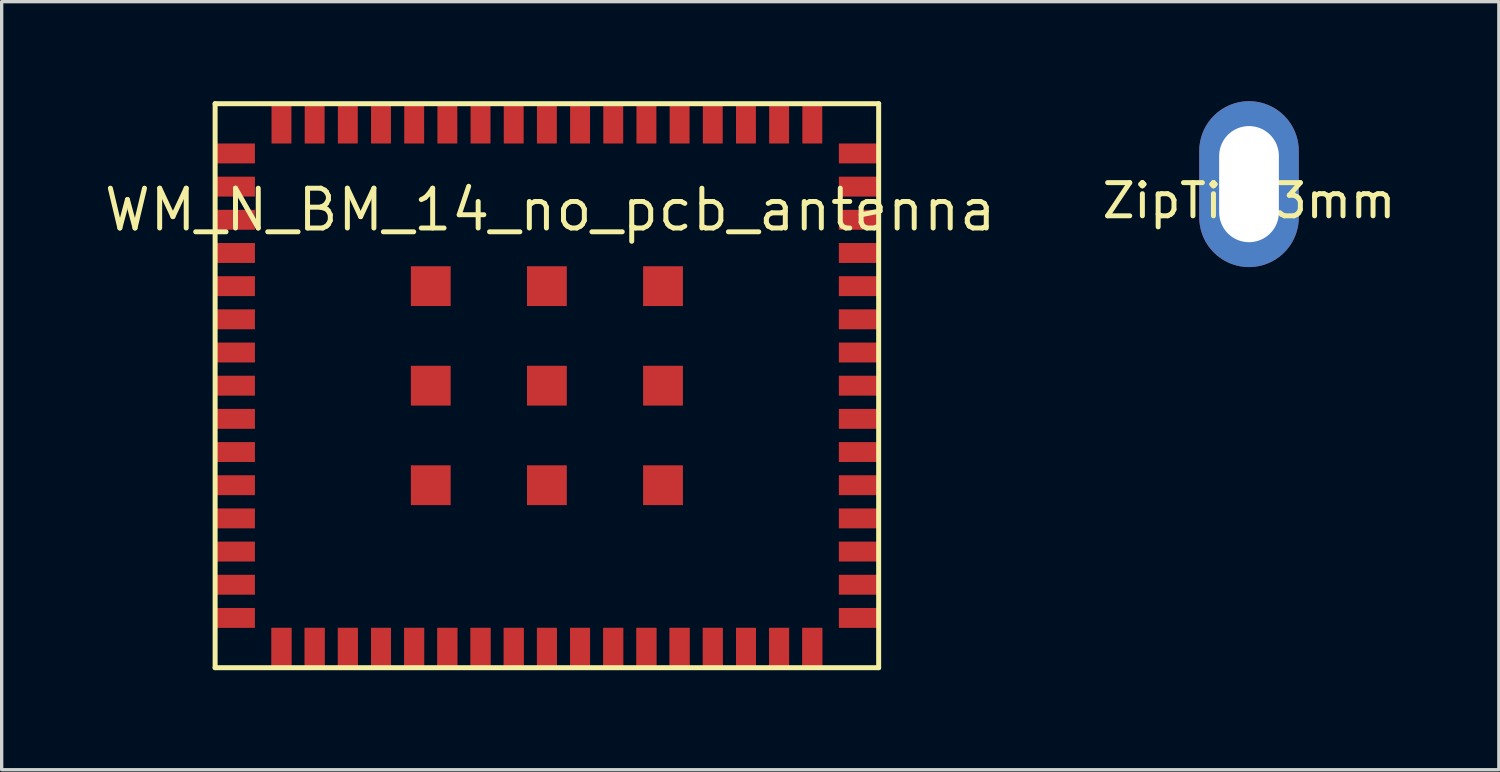
<source format=kicad_pcb>
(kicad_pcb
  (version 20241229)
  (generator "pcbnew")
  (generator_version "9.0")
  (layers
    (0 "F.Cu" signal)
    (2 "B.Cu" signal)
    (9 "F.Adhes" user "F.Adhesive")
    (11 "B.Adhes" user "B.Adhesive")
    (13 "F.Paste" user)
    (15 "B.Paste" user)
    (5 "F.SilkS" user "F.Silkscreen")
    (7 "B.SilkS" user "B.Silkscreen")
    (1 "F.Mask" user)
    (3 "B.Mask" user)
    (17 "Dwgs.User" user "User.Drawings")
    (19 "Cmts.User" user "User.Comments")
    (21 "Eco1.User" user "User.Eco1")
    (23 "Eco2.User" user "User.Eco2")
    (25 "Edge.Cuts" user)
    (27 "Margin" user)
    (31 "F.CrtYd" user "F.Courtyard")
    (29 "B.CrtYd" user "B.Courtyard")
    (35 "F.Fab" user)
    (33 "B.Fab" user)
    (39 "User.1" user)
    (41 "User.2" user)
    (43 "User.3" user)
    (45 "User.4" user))
  (footprint "WM_N_BM_14_no_pcb_antenna"
    (layer "F.Cu")
    (at 13.334 3.275)
    (property "Reference" "WM_N_BM_14_no_pcb_antenna" (at 0.2 0 0) (layer "F.SilkS") (effects (font (size 1.2 1.2) (thickness 0.15))))
    (attr through_hole)
    (fp_line (start -9.9 -3.2) (end -9.9 13.8) (stroke (width 0.15) (type solid)) (layer "F.SilkS"))
    (fp_line (start -9.9 13.8) (end 10.1 13.8) (stroke (width 0.15) (type solid)) (layer "F.SilkS"))
    (fp_line (start 10.1 -3.2) (end -9.9 -3.2) (stroke (width 0.15) (type solid)) (layer "F.SilkS"))
    (fp_line (start 10.1 13.8) (end 10.1 -3.2) (stroke (width 0.15) (type solid)) (layer "F.SilkS"))
    (pad "1" smd rect (at -9.3 -1.7 90) (size 0.6 1.2) (layers "F.Cu" "F.Mask" "F.Paste"))
    (pad "2" smd rect (at -9.3 -0.7 90) (size 0.6 1.2) (layers "F.Cu" "F.Mask" "F.Paste"))
    (pad "3" smd rect (at -9.3 0.3 90) (size 0.6 1.2) (layers "F.Cu" "F.Mask" "F.Paste"))
    (pad "4" smd rect (at -9.3 1.3 90) (size 0.6 1.2) (layers "F.Cu" "F.Mask" "F.Paste"))
    (pad "5" smd rect (at -9.3 2.3 90) (size 0.6 1.2) (layers "F.Cu" "F.Mask" "F.Paste"))
    (pad "6" smd rect (at -9.3 3.3 90) (size 0.6 1.2) (layers "F.Cu" "F.Mask" "F.Paste"))
    (pad "7" smd rect (at -9.3 4.3 90) (size 0.6 1.2) (layers "F.Cu" "F.Mask" "F.Paste"))
    (pad "8" smd rect (at -9.3 5.3 90) (size 0.6 1.2) (layers "F.Cu" "F.Mask" "F.Paste"))
    (pad "9" smd rect (at -9.3 6.3 90) (size 0.6 1.2) (layers "F.Cu" "F.Mask" "F.Paste"))
    (pad "10" smd rect (at -9.3 7.3 90) (size 0.6 1.2) (layers "F.Cu" "F.Mask" "F.Paste"))
    (pad "11" smd rect (at -9.3 8.3 90) (size 0.6 1.2) (layers "F.Cu" "F.Mask" "F.Paste"))
    (pad "12" smd rect (at -9.3 9.3 90) (size 0.6 1.2) (layers "F.Cu" "F.Mask" "F.Paste"))
    (pad "13" smd rect (at -9.3 10.3 90) (size 0.6 1.2) (layers "F.Cu" "F.Mask" "F.Paste"))
    (pad "14" smd rect (at -9.3 11.3 90) (size 0.6 1.2) (layers "F.Cu" "F.Mask" "F.Paste"))
    (pad "15" smd rect (at -9.3 12.3 90) (size 0.6 1.2) (layers "F.Cu" "F.Mask" "F.Paste"))
    (pad "16" smd rect (at -7.9 13.2 90) (size 1.2 0.6) (layers "F.Cu" "F.Mask" "F.Paste"))
    (pad "16" smd rect (at -7.9 13.2 90) (size 1.2 0.6) (layers "F.Cu" "F.Mask" "F.Paste"))
    (pad "17" smd rect (at -6.9 13.2 90) (size 1.2 0.6) (layers "F.Cu" "F.Mask" "F.Paste"))
    (pad "17" smd rect (at -6.9 13.2 90) (size 1.2 0.6) (layers "F.Cu" "F.Mask" "F.Paste"))
    (pad "18" smd rect (at -5.9 13.2 90) (size 1.2 0.6) (layers "F.Cu" "F.Mask" "F.Paste"))
    (pad "18" smd rect (at -5.9 13.2 90) (size 1.2 0.6) (layers "F.Cu" "F.Mask" "F.Paste"))
    (pad "19" smd rect (at -4.9 13.2 90) (size 1.2 0.6) (layers "F.Cu" "F.Mask" "F.Paste"))
    (pad "19" smd rect (at -4.9 13.2 90) (size 1.2 0.6) (layers "F.Cu" "F.Mask" "F.Paste"))
    (pad "20" smd rect (at -3.9 13.2 90) (size 1.2 0.6) (layers "F.Cu" "F.Mask" "F.Paste"))
    (pad "20" smd rect (at -3.9 13.2 90) (size 1.2 0.6) (layers "F.Cu" "F.Mask" "F.Paste"))
    (pad "21" smd rect (at -2.9 13.2 90) (size 1.2 0.6) (layers "F.Cu" "F.Mask" "F.Paste"))
    (pad "21" smd rect (at -2.9 13.2 90) (size 1.2 0.6) (layers "F.Cu" "F.Mask" "F.Paste"))
    (pad "22" smd rect (at -1.9 13.2 90) (size 1.2 0.6) (layers "F.Cu" "F.Mask" "F.Paste"))
    (pad "22" smd rect (at -1.9 13.2 90) (size 1.2 0.6) (layers "F.Cu" "F.Mask" "F.Paste"))
    (pad "23" smd rect (at -0.9 13.2 90) (size 1.2 0.6) (layers "F.Cu" "F.Mask" "F.Paste"))
    (pad "23" smd rect (at -0.9 13.2 90) (size 1.2 0.6) (layers "F.Cu" "F.Mask" "F.Paste"))
    (pad "24" smd rect (at 0.1 13.2 90) (size 1.2 0.6) (layers "F.Cu" "F.Mask" "F.Paste"))
    (pad "24" smd rect (at 0.1 13.2 90) (size 1.2 0.6) (layers "F.Cu" "F.Mask" "F.Paste"))
    (pad "25" smd rect (at 1.1 13.2 90) (size 1.2 0.6) (layers "F.Cu" "F.Mask" "F.Paste"))
    (pad "25" smd rect (at 1.1 13.2 90) (size 1.2 0.6) (layers "F.Cu" "F.Mask" "F.Paste"))
    (pad "26" smd rect (at 2.1 13.2 90) (size 1.2 0.6) (layers "F.Cu" "F.Mask" "F.Paste"))
    (pad "26" smd rect (at 2.1 13.2 90) (size 1.2 0.6) (layers "F.Cu" "F.Mask" "F.Paste"))
    (pad "27" smd rect (at 3.1 13.2 90) (size 1.2 0.6) (layers "F.Cu" "F.Mask" "F.Paste"))
    (pad "27" smd rect (at 3.1 13.2 90) (size 1.2 0.6) (layers "F.Cu" "F.Mask" "F.Paste"))
    (pad "28" smd rect (at 4.1 13.2 90) (size 1.2 0.6) (layers "F.Cu" "F.Mask" "F.Paste"))
    (pad "28" smd rect (at 4.1 13.2 90) (size 1.2 0.6) (layers "F.Cu" "F.Mask" "F.Paste"))
    (pad "29" smd rect (at 5.1 13.2 90) (size 1.2 0.6) (layers "F.Cu" "F.Mask" "F.Paste"))
    (pad "29" smd rect (at 5.1 13.2 90) (size 1.2 0.6) (layers "F.Cu" "F.Mask" "F.Paste"))
    (pad "30" smd rect (at 6.1 13.2 90) (size 1.2 0.6) (layers "F.Cu" "F.Mask" "F.Paste"))
    (pad "30" smd rect (at 6.1 13.2 90) (size 1.2 0.6) (layers "F.Cu" "F.Mask" "F.Paste"))
    (pad "31" smd rect (at 7.1 13.2 90) (size 1.2 0.6) (layers "F.Cu" "F.Mask" "F.Paste"))
    (pad "31" smd rect (at 7.1 13.2 90) (size 1.2 0.6) (layers "F.Cu" "F.Mask" "F.Paste"))
    (pad "32" smd rect (at 8.1 13.2 90) (size 1.2 0.6) (layers "F.Cu" "F.Mask" "F.Paste"))
    (pad "32" smd rect (at 8.1 13.2 90) (size 1.2 0.6) (layers "F.Cu" "F.Mask" "F.Paste"))
    (pad "33" smd rect (at 9.5 12.3 270) (size 0.6 1.2) (layers "F.Cu" "F.Mask" "F.Paste"))
    (pad "34" smd rect (at 9.5 11.3 270) (size 0.6 1.2) (layers "F.Cu" "F.Mask" "F.Paste"))
    (pad "35" smd rect (at 9.5 10.3 270) (size 0.6 1.2) (layers "F.Cu" "F.Mask" "F.Paste"))
    (pad "36" smd rect (at 9.5 9.3 270) (size 0.6 1.2) (layers "F.Cu" "F.Mask" "F.Paste"))
    (pad "37" smd rect (at 9.5 8.3 270) (size 0.6 1.2) (layers "F.Cu" "F.Mask" "F.Paste"))
    (pad "38" smd rect (at 9.5 7.3 270) (size 0.6 1.2) (layers "F.Cu" "F.Mask" "F.Paste"))
    (pad "39" smd rect (at 9.5 6.3 270) (size 0.6 1.2) (layers "F.Cu" "F.Mask" "F.Paste"))
    (pad "40" smd rect (at 9.5 5.3 270) (size 0.6 1.2) (layers "F.Cu" "F.Mask" "F.Paste"))
    (pad "41" smd rect (at 9.5 4.3 270) (size 0.6 1.2) (layers "F.Cu" "F.Mask" "F.Paste"))
    (pad "42" smd rect (at 9.5 3.3 270) (size 0.6 1.2) (layers "F.Cu" "F.Mask" "F.Paste"))
    (pad "43" smd rect (at 9.5 2.3 270) (size 0.6 1.2) (layers "F.Cu" "F.Mask" "F.Paste"))
    (pad "44" smd rect (at 9.5 1.3 270) (size 0.6 1.2) (layers "F.Cu" "F.Mask" "F.Paste"))
    (pad "45" smd rect (at 9.5 0.3 270) (size 0.6 1.2) (layers "F.Cu" "F.Mask" "F.Paste"))
    (pad "46" smd rect (at 9.5 -0.7 270) (size 0.6 1.2) (layers "F.Cu" "F.Mask" "F.Paste"))
    (pad "47" smd rect (at 9.5 -1.7 270) (size 0.6 1.2) (layers "F.Cu" "F.Mask" "F.Paste"))
    (pad "48" smd rect (at 8.1 -2.6 90) (size 1.2 0.6) (layers "F.Cu" "F.Mask" "F.Paste"))
    (pad "49" smd rect (at 7.1 -2.6 90) (size 1.2 0.6) (layers "F.Cu" "F.Mask" "F.Paste"))
    (pad "50" smd rect (at 6.1 -2.6 90) (size 1.2 0.6) (layers "F.Cu" "F.Mask" "F.Paste"))
    (pad "51" smd rect (at 5.1 -2.6 90) (size 1.2 0.6) (layers "F.Cu" "F.Mask" "F.Paste"))
    (pad "52" smd rect (at 4.1 -2.6 90) (size 1.2 0.6) (layers "F.Cu" "F.Mask" "F.Paste"))
    (pad "53" smd rect (at 3.1 -2.6 90) (size 1.2 0.6) (layers "F.Cu" "F.Mask" "F.Paste"))
    (pad "54" smd rect (at 2.1 -2.6 90) (size 1.2 0.6) (layers "F.Cu" "F.Mask" "F.Paste"))
    (pad "55" smd rect (at 1.1 -2.6 90) (size 1.2 0.6) (layers "F.Cu" "F.Mask" "F.Paste"))
    (pad "56" smd rect (at 0.1 -2.6 90) (size 1.2 0.6) (layers "F.Cu" "F.Mask" "F.Paste"))
    (pad "57" smd rect (at -0.9 -2.6 90) (size 1.2 0.6) (layers "F.Cu" "F.Mask" "F.Paste"))
    (pad "58" smd rect (at -1.9 -2.6 90) (size 1.2 0.6) (layers "F.Cu" "F.Mask" "F.Paste"))
    (pad "59" smd rect (at -2.9 -2.6 90) (size 1.2 0.6) (layers "F.Cu" "F.Mask" "F.Paste"))
    (pad "60" smd rect (at -3.9 -2.6 90) (size 1.2 0.6) (layers "F.Cu" "F.Mask" "F.Paste"))
    (pad "61" smd rect (at -4.9 -2.6 90) (size 1.2 0.6) (layers "F.Cu" "F.Mask" "F.Paste"))
    (pad "62" smd rect (at -5.9 -2.6 90) (size 1.2 0.6) (layers "F.Cu" "F.Mask" "F.Paste"))
    (pad "63" smd rect (at -6.9 -2.6 90) (size 1.2 0.6) (layers "F.Cu" "F.Mask" "F.Paste"))
    (pad "64" smd rect (at -7.9 -2.6 90) (size 1.2 0.6) (layers "F.Cu" "F.Mask" "F.Paste"))
    (pad "65" smd rect (at -3.4 2.3 90) (size 1.2 1.2) (layers "F.Cu" "F.Mask" "F.Paste"))
    (pad "66" smd rect (at -3.4 5.3 90) (size 1.2 1.2) (layers "F.Cu" "F.Mask" "F.Paste"))
    (pad "67" smd rect (at -3.4 8.3 90) (size 1.2 1.2) (layers "F.Cu" "F.Mask" "F.Paste"))
    (pad "68" smd rect (at 0.1 2.3 90) (size 1.2 1.2) (layers "F.Cu" "F.Mask" "F.Paste"))
    (pad "69" smd rect (at 0.1 5.3 90) (size 1.2 1.2) (layers "F.Cu" "F.Mask" "F.Paste"))
    (pad "70" smd rect (at 0.1 8.3 90) (size 1.2 1.2) (layers "F.Cu" "F.Mask" "F.Paste"))
    (pad "71" smd rect (at 3.6 2.3 90) (size 1.2 1.2) (layers "F.Cu" "F.Mask" "F.Paste"))
    (pad "72" smd rect (at 3.6 5.3 90) (size 1.2 1.2) (layers "F.Cu" "F.Mask" "F.Paste"))
    (pad "73" smd rect (at 3.6 8.3 90) (size 1.2 1.2) (layers "F.Cu" "F.Mask" "F.Paste")))
  (footprint "ZipTie_3mm"
    (layer "F.Cu")
    (at 34.597 2.5)
    (property "Reference" "ZipTie_3mm" (at 0 0.5 0) (layer "F.SilkS") (effects (font (size 1 1) (thickness 0.15))))
    (attr through_hole)
    (pad "" np_thru_hole oval (at 0 0) (size 3 5) (drill oval 1.8 3.5) (layers "*.Cu" "*.Mask")))
  (gr_rect
    (start -3 -3)
    (end 42.127 20.15)
    (stroke (width 0.1) (type default))
    (fill no)
    (layer "Edge.Cuts")))
</source>
